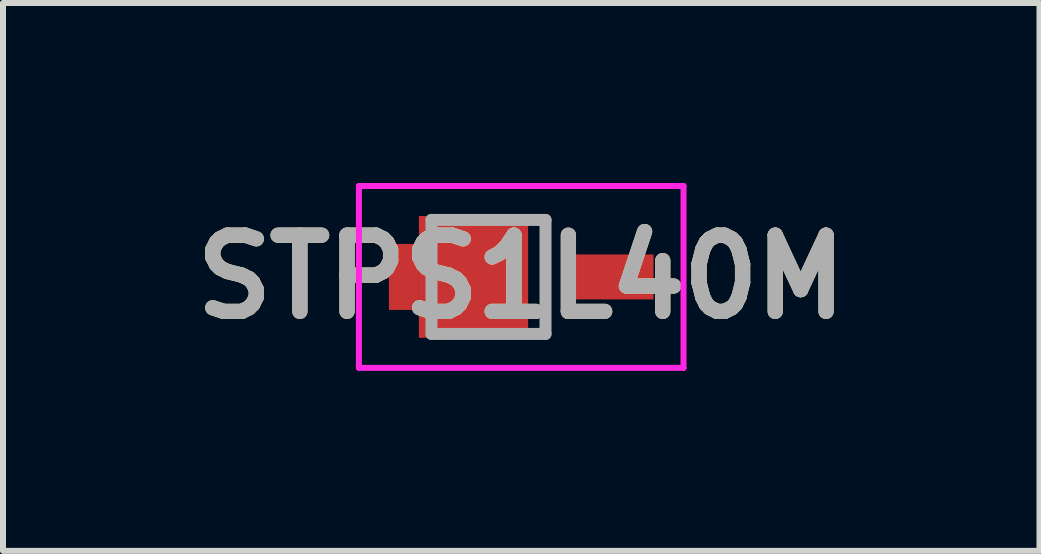
<source format=kicad_pcb>
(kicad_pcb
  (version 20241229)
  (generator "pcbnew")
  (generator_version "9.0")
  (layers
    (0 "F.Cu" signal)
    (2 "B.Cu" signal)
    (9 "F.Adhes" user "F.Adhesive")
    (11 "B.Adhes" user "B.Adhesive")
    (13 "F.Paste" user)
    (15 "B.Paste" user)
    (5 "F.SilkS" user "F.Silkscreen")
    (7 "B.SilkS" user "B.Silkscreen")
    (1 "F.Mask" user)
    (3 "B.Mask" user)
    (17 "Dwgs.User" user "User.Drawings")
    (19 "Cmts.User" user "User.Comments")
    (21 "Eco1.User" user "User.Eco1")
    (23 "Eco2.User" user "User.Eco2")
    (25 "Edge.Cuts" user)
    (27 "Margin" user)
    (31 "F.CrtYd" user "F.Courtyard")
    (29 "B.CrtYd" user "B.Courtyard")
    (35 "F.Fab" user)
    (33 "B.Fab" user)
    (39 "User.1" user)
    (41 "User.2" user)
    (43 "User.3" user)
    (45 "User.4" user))
  (footprint "STPS1L40M"
    (layer "F.Cu")
    (at 5.636 1.565)
    (property "Reference" "STPS1L40M" (at 0 0 0) (layer "F.SilkS") (effects (font (size 1.27 1.27) (thickness 0.254))))
    (attr smd)
    (fp_line (start 0.405 -0.95) (end 0.405 0.95) (stroke (width 0.1) (type solid)) (layer "F.SilkS"))
    (fp_line (start -2.705 -1.515) (end 2.705 -1.515) (stroke (width 0.1) (type solid)) (layer "F.CrtYd"))
    (fp_line (start -2.705 1.515) (end -2.705 -1.515) (stroke (width 0.1) (type solid)) (layer "F.CrtYd"))
    (fp_line (start 2.705 -1.515) (end 2.705 1.515) (stroke (width 0.1) (type solid)) (layer "F.CrtYd"))
    (fp_line (start 2.705 1.515) (end -2.705 1.515) (stroke (width 0.1) (type solid)) (layer "F.CrtYd"))
    (fp_line (start -1.495 -0.95) (end 0.405 -0.95) (stroke (width 0.2) (type solid)) (layer "F.Fab"))
    (fp_line (start -1.495 0.95) (end -1.495 -0.95) (stroke (width 0.2) (type solid)) (layer "F.Fab"))
    (fp_line (start 0.405 -0.95) (end 0.405 0.95) (stroke (width 0.2) (type solid)) (layer "F.Fab"))
    (fp_line (start 0.405 0.95) (end -1.495 0.95) (stroke (width 0.2) (type solid)) (layer "F.Fab"))
    (fp_text user "${REFERENCE}" (at 0 0 0) (layer "F.Fab") (effects (font (size 1.27 1.27) (thickness 0.254))))
    (pad "1" smd rect (at -1.955 0) (size 0.5 1.1) (layers "F.Cu" "F.Mask" "F.Paste"))
    (pad "2" smd rect (at -0.795 0) (size 1.82 2.03) (layers "F.Cu" "F.Mask" "F.Paste"))
    (pad "3" smd rect (at 1.515 0 90) (size 0.75 1.38) (layers "F.Cu" "F.Mask" "F.Paste")))
  (gr_rect
    (start -3 -3)
    (end 14.273 6.13)
    (stroke (width 0.1) (type default))
    (fill no)
    (layer "Edge.Cuts")))
</source>
